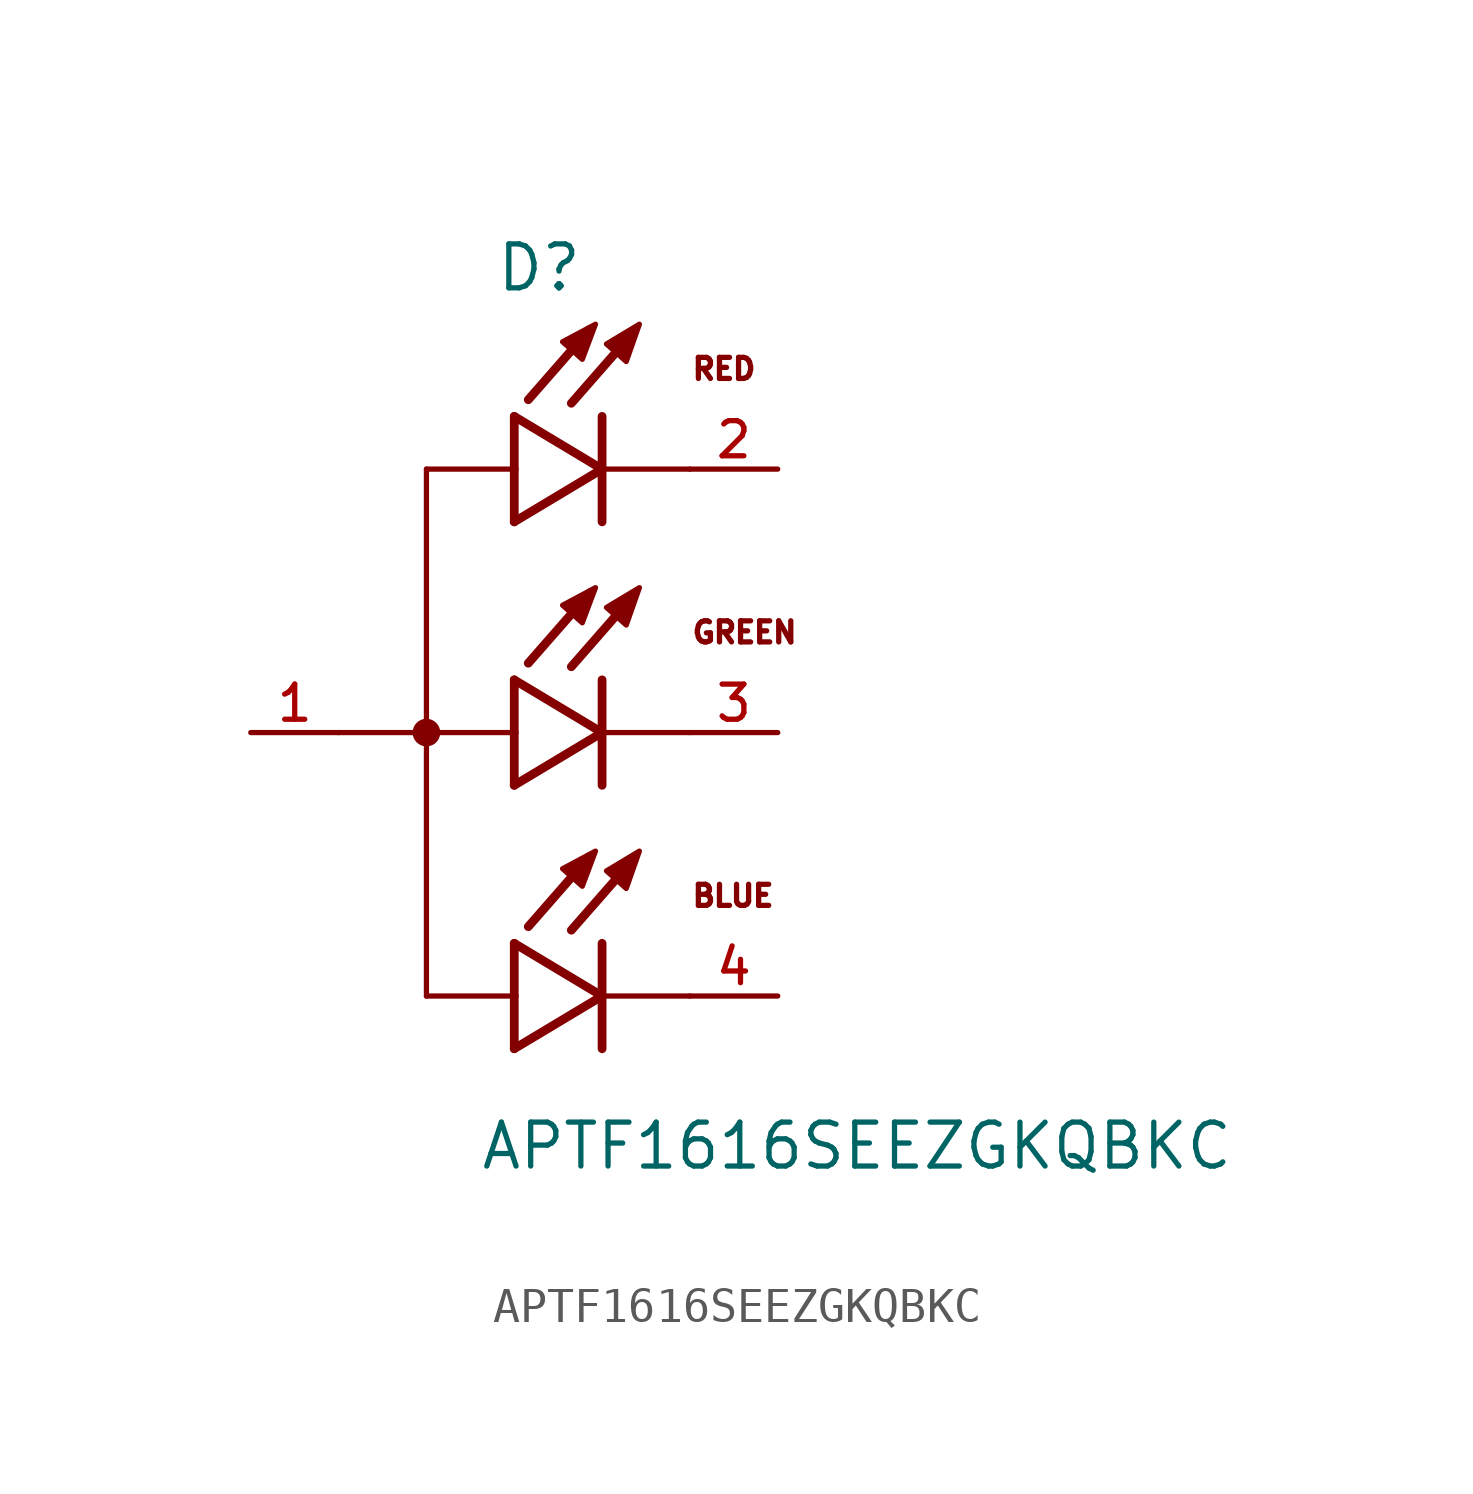
<source format=kicad_sym>
(kicad_symbol_lib
  (version 20211014)
  (generator kicad_symbol_editor)
  (symbol "APTF1616SEEZGKQBKC"
    (pin_names
      (offset 1.016))
    (property "Reference" "D"
      (at -0.559 12.7 0)
      (effects (font (size 1.27 1.27)) (justify bottom left)))
    (property "Value" "APTF1616SEEZGKQBKC"
      (at -1.016 -12.7 0)
      (effects (font (size 1.27 1.27)) (justify bottom left)))
    (symbol "APTF1616SEEZGKQBKC_0_0"
      (polyline (pts (xy 0.0 9.144) (xy 0.0 7.62)) (stroke (width 0.254)))
      (polyline (pts (xy 0.0 7.62) (xy 0.0 6.096)) (stroke (width 0.254)))
      (polyline (pts (xy 0.0 6.096) (xy 2.54 7.62)) (stroke (width 0.254)))
      (polyline (pts (xy 2.54 7.62) (xy 0.0 9.144)) (stroke (width 0.254)))
      (polyline (pts (xy 2.54 9.144) (xy 2.54 7.62)) (stroke (width 0.254)))
      (polyline (pts (xy 2.54 7.62) (xy 2.54 6.096)) (stroke (width 0.254)))
      (polyline (pts (xy 3.429 11.557) (xy 1.651 9.525)) (stroke (width 0.254)))
      (polyline (pts (xy 2.184 11.659) (xy 0.406 9.627)) (stroke (width 0.254)))
      (polyline (pts (xy 5.08 7.62) (xy 2.54 7.62)) (stroke (width 0.152)))
      (polyline (pts (xy 1.397 11.303) (xy 1.968 10.795) (xy 2.349 11.811) (xy 1.397 11.303)) (stroke (width 0.152)) (fill (type outline)))
      (polyline (pts (xy 2.667 11.239) (xy 3.239 10.732) (xy 3.619 11.811) (xy 2.667 11.239)) (stroke (width 0.152)) (fill (type outline)))
      (text "RED" (at 5.08 10.16 0) (effects (font (size 0.61 0.61)) (justify bottom left)))
      (polyline (pts (xy 0.0 1.524) (xy 0.0 0.0)) (stroke (width 0.254)))
      (polyline (pts (xy 0.0 0.0) (xy 0.0 -1.524)) (stroke (width 0.254)))
      (polyline (pts (xy 0.0 -1.524) (xy 2.54 0.0)) (stroke (width 0.254)))
      (polyline (pts (xy 2.54 0.0) (xy 0.0 1.524)) (stroke (width 0.254)))
      (polyline (pts (xy 2.54 1.524) (xy 2.54 0.0)) (stroke (width 0.254)))
      (polyline (pts (xy 2.54 0.0) (xy 2.54 -1.524)) (stroke (width 0.254)))
      (polyline (pts (xy 0.0 0.0) (xy -5.08 0.0)) (stroke (width 0.152)))
      (polyline (pts (xy 3.429 3.937) (xy 1.651 1.905)) (stroke (width 0.254)))
      (polyline (pts (xy 2.184 4.039) (xy 0.406 2.007)) (stroke (width 0.254)))
      (polyline (pts (xy 5.08 0.0) (xy 2.54 0.0)) (stroke (width 0.152)))
      (polyline (pts (xy 1.397 3.683) (xy 1.968 3.175) (xy 2.349 4.191) (xy 1.397 3.683)) (stroke (width 0.152)) (fill (type outline)))
      (polyline (pts (xy 2.667 3.619) (xy 3.239 3.111) (xy 3.619 4.191) (xy 2.667 3.619)) (stroke (width 0.152)) (fill (type outline)))
      (text "GREEN" (at 5.08 2.54 0) (effects (font (size 0.61 0.61)) (justify bottom left)))
      (polyline (pts (xy 0.0 -6.096) (xy 0.0 -7.62)) (stroke (width 0.254)))
      (polyline (pts (xy 0.0 -7.62) (xy 0.0 -9.144)) (stroke (width 0.254)))
      (polyline (pts (xy 0.0 -9.144) (xy 2.54 -7.62)) (stroke (width 0.254)))
      (polyline (pts (xy 2.54 -7.62) (xy 0.0 -6.096)) (stroke (width 0.254)))
      (polyline (pts (xy 2.54 -6.096) (xy 2.54 -7.62)) (stroke (width 0.254)))
      (polyline (pts (xy 2.54 -7.62) (xy 2.54 -9.144)) (stroke (width 0.254)))
      (polyline (pts (xy 3.429 -3.683) (xy 1.651 -5.715)) (stroke (width 0.254)))
      (polyline (pts (xy 2.184 -3.581) (xy 0.406 -5.613)) (stroke (width 0.254)))
      (polyline (pts (xy 5.08 -7.62) (xy 2.54 -7.62)) (stroke (width 0.152)))
      (polyline (pts (xy 1.397 -3.937) (xy 1.968 -4.445) (xy 2.349 -3.429) (xy 1.397 -3.937)) (stroke (width 0.152)) (fill (type outline)))
      (polyline (pts (xy 2.667 -4) (xy 3.239 -4.508) (xy 3.619 -3.429) (xy 2.667 -4)) (stroke (width 0.152)) (fill (type outline)))
      (text "BLUE" (at 5.08 -5.08 0) (effects (font (size 0.61 0.61)) (justify bottom left)))
      (polyline (pts (xy 0.0 7.62) (xy -2.54 7.62)) (stroke (width 0.152)))
      (polyline (pts (xy -2.54 7.62) (xy -2.54 -7.62)) (stroke (width 0.152)))
      (polyline (pts (xy -2.54 -7.62) (xy 0.0 -7.62)) (stroke (width 0.152)))
      (circle (center -2.54 0.0) (radius 0.2) (stroke (width 0.4)) (fill (type none)))
      (pin passive line (at 7.62 7.62 180.0) (length 2.54) (name "~" (effects (font (size 1.016 1.016)))) (number "2" (effects (font (size 1.016 1.016)))))
      (pin passive line (at -7.62 0.0 0) (length 2.54) (name "~" (effects (font (size 1.016 1.016)))) (number "1" (effects (font (size 1.016 1.016)))))
      (pin passive line (at 7.62 0.0 180.0) (length 2.54) (name "~" (effects (font (size 1.016 1.016)))) (number "3" (effects (font (size 1.016 1.016)))))
      (pin passive line (at 7.62 -7.62 180.0) (length 2.54) (name "~" (effects (font (size 1.016 1.016)))) (number "4" (effects (font (size 1.016 1.016))))))))
</source>
